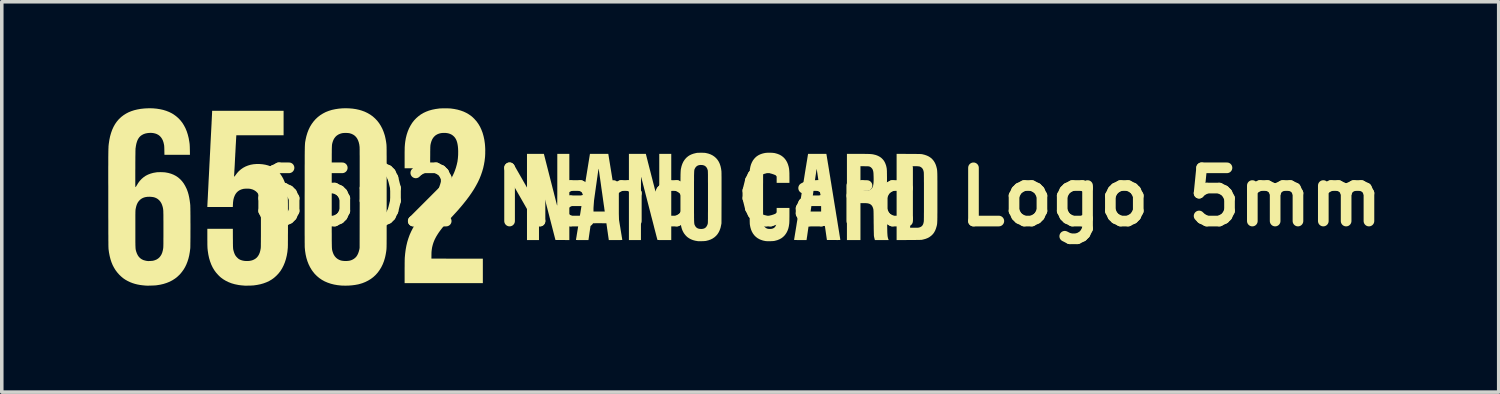
<source format=kicad_pcb>
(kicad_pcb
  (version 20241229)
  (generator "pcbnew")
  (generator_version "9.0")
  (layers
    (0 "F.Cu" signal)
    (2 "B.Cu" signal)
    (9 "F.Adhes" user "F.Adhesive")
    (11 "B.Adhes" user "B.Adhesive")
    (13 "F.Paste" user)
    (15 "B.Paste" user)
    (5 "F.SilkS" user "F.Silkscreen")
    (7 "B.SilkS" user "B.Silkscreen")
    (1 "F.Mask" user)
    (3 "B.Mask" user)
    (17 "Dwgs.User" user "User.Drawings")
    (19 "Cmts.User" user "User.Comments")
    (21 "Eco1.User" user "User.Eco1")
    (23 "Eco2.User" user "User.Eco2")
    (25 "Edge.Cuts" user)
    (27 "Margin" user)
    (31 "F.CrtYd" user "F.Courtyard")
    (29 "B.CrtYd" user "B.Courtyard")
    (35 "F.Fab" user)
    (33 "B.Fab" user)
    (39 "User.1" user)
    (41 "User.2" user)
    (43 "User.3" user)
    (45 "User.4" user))
  (footprint "6502 Nano Card Logo 5mm"
    (layer "F.Cu")
    (at 19.987 2.5)
    (property "Reference" "6502 Nano Card Logo 5mm" (at 0 0 0) (layer "F.SilkS") (effects (font (size 1.5 1.5) (thickness 0.3))))
    (attr board_only exclude_from_pos_files exclude_from_bom)
    (fp_poly (pts (xy -7.539 -0.536) (xy -7.52 -0.461) (xy -7.501 -0.388) (xy -7.483 -0.317) (xy -7.466 -0.249) (xy -7.449 -0.184) (xy -7.433 -0.123) (xy -7.419 -0.065) (xy -7.405 -0.012) (xy -7.393 0.036) (xy -7.382 0.078) (xy -7.373 0.115) (xy -7.365 0.145) (xy -7.359 0.168) (xy -7.355 0.184) (xy -7.353 0.191) (xy -7.348 0.211) (xy -7.344 0.226) (xy -7.34 0.237) (xy -7.337 0.241) (xy -7.337 0.241) (xy -7.337 0.237) (xy -7.336 0.225) (xy -7.336 0.205) (xy -7.336 0.178) (xy -7.335 0.143) (xy -7.335 0.103) (xy -7.335 0.056) (xy -7.335 0.003) (xy -7.334 -0.054) (xy -7.334 -0.117) (xy -7.334 -0.185) (xy -7.334 -0.256) (xy -7.334 -0.332) (xy -7.334 -0.411) (xy -7.334 -0.487) (xy -7.334 -1.214) (xy -7.164 -1.214) (xy -6.995 -1.214) (xy -6.995 0.000042) (xy -6.995 1.214) (xy -7.19 1.213) (xy -7.386 1.212) (xy -7.614 0.327) (xy -7.636 0.242) (xy -7.657 0.16) (xy -7.678 0.08) (xy -7.698 0.003) (xy -7.717 -0.07) (xy -7.735 -0.14) (xy -7.752 -0.206) (xy -7.769 -0.267) (xy -7.783 -0.324) (xy -7.797 -0.375) (xy -7.809 -0.421) (xy -7.819 -0.461) (xy -7.828 -0.494) (xy -7.836 -0.521) (xy -7.841 -0.541) (xy -7.845 -0.554) (xy -7.846 -0.558) (xy -7.846 -0.558) (xy -7.847 -0.554) (xy -7.847 -0.542) (xy -7.847 -0.522) (xy -7.848 -0.495) (xy -7.848 -0.461) (xy -7.848 -0.42) (xy -7.848 -0.374) (xy -7.849 -0.321) (xy -7.849 -0.263) (xy -7.849 -0.201) (xy -7.849 -0.133) (xy -7.849 -0.062) (xy -7.849 0.013) (xy -7.85 0.092) (xy -7.85 0.173) (xy -7.85 0.257) (xy -7.85 0.328) (xy -7.85 1.214) (xy -8.019 1.214) (xy -8.188 1.214) (xy -8.188 0) (xy -8.188 -1.214) (xy -7.95 -1.214) (xy -7.712 -1.214)) (stroke (width 0) (type solid)) (fill yes) (layer "F.SilkS"))
    (fp_poly (pts (xy -4.834 -1.194) (xy -4.825 -1.16) (xy -4.815 -1.12) (xy -4.804 -1.075) (xy -4.791 -1.026) (xy -4.778 -0.972) (xy -4.763 -0.915) (xy -4.748 -0.855) (xy -4.732 -0.793) (xy -4.715 -0.728) (xy -4.698 -0.662) (xy -4.681 -0.594) (xy -4.663 -0.526) (xy -4.646 -0.458) (xy -4.629 -0.391) (xy -4.611 -0.324) (xy -4.595 -0.259) (xy -4.578 -0.195) (xy -4.562 -0.134) (xy -4.547 -0.076) (xy -4.533 -0.021) (xy -4.52 0.03) (xy -4.508 0.076) (xy -4.497 0.118) (xy -4.488 0.155) (xy -4.48 0.185) (xy -4.473 0.209) (xy -4.469 0.226) (xy -4.466 0.236) (xy -4.465 0.239) (xy -4.465 0.235) (xy -4.464 0.223) (xy -4.464 0.203) (xy -4.463 0.175) (xy -4.463 0.14) (xy -4.462 0.096) (xy -4.462 0.046) (xy -4.462 -0.012) (xy -4.462 -0.077) (xy -4.461 -0.149) (xy -4.461 -0.227) (xy -4.461 -0.312) (xy -4.461 -0.403) (xy -4.461 -0.486) (xy -4.461 -1.214) (xy -4.292 -1.214) (xy -4.123 -1.214) (xy -4.123 0) (xy -4.123 1.214) (xy -4.317 1.214) (xy -4.363 1.214) (xy -4.401 1.214) (xy -4.432 1.214) (xy -4.456 1.214) (xy -4.475 1.213) (xy -4.49 1.213) (xy -4.5 1.212) (xy -4.506 1.211) (xy -4.511 1.21) (xy -4.513 1.208) (xy -4.514 1.207) (xy -4.515 1.202) (xy -4.518 1.189) (xy -4.523 1.17) (xy -4.53 1.143) (xy -4.539 1.11) (xy -4.549 1.071) (xy -4.56 1.027) (xy -4.573 0.978) (xy -4.587 0.925) (xy -4.602 0.867) (xy -4.617 0.806) (xy -4.634 0.741) (xy -4.651 0.674) (xy -4.669 0.605) (xy -4.688 0.534) (xy -4.706 0.461) (xy -4.725 0.388) (xy -4.744 0.315) (xy -4.763 0.241) (xy -4.782 0.168) (xy -4.801 0.096) (xy -4.819 0.025) (xy -4.837 -0.043) (xy -4.854 -0.11) (xy -4.87 -0.173) (xy -4.886 -0.233) (xy -4.9 -0.29) (xy -4.914 -0.342) (xy -4.926 -0.39) (xy -4.937 -0.433) (xy -4.947 -0.47) (xy -4.955 -0.501) (xy -4.961 -0.526) (xy -4.965 -0.544) (xy -4.968 -0.554) (xy -4.969 -0.557) (xy -4.972 -0.558) (xy -4.973 -0.558) (xy -4.974 -0.554) (xy -4.974 -0.542) (xy -4.975 -0.52) (xy -4.975 -0.491) (xy -4.975 -0.453) (xy -4.976 -0.407) (xy -4.976 -0.352) (xy -4.976 -0.289) (xy -4.977 -0.218) (xy -4.977 -0.138) (xy -4.977 -0.05) (xy -4.977 0.046) (xy -4.977 0.15) (xy -4.977 0.263) (xy -4.977 0.328) (xy -4.977 1.214) (xy -5.146 1.214) (xy -5.316 1.214) (xy -5.316 0) (xy -5.316 -1.214) (xy -5.077 -1.214) (xy -4.839 -1.214)) (stroke (width 0) (type solid)) (fill yes) (layer "F.SilkS"))
    (fp_poly (pts (xy 2.571 -1.213) (xy 2.634 -1.213) (xy 2.69 -1.212) (xy 2.738 -1.212) (xy 2.779 -1.212) (xy 2.814 -1.211) (xy 2.844 -1.211) (xy 2.869 -1.21) (xy 2.889 -1.21) (xy 2.906 -1.209) (xy 2.92 -1.208) (xy 2.931 -1.207) (xy 2.94 -1.206) (xy 2.948 -1.205) (xy 2.951 -1.204) (xy 3.02 -1.187) (xy 3.082 -1.165) (xy 3.138 -1.138) (xy 3.187 -1.105) (xy 3.231 -1.066) (xy 3.268 -1.022) (xy 3.3 -0.972) (xy 3.327 -0.915) (xy 3.348 -0.852) (xy 3.354 -0.826) (xy 3.357 -0.815) (xy 3.36 -0.804) (xy 3.362 -0.794) (xy 3.364 -0.783) (xy 3.366 -0.773) (xy 3.367 -0.761) (xy 3.369 -0.748) (xy 3.37 -0.733) (xy 3.371 -0.716) (xy 3.372 -0.696) (xy 3.373 -0.673) (xy 3.374 -0.647) (xy 3.374 -0.617) (xy 3.375 -0.583) (xy 3.375 -0.544) (xy 3.375 -0.5) (xy 3.376 -0.45) (xy 3.376 -0.395) (xy 3.376 -0.333) (xy 3.376 -0.264) (xy 3.376 -0.189) (xy 3.376 -0.105) (xy 3.376 -0.014) (xy 3.376 0) (xy 3.376 0.092) (xy 3.376 0.177) (xy 3.376 0.254) (xy 3.376 0.323) (xy 3.376 0.386) (xy 3.376 0.442) (xy 3.375 0.493) (xy 3.375 0.538) (xy 3.375 0.577) (xy 3.374 0.612) (xy 3.374 0.643) (xy 3.373 0.669) (xy 3.372 0.693) (xy 3.371 0.713) (xy 3.37 0.73) (xy 3.369 0.746) (xy 3.368 0.759) (xy 3.366 0.771) (xy 3.364 0.782) (xy 3.362 0.792) (xy 3.36 0.803) (xy 3.358 0.813) (xy 3.355 0.824) (xy 3.354 0.826) (xy 3.335 0.891) (xy 3.311 0.951) (xy 3.281 1.004) (xy 3.246 1.05) (xy 3.204 1.091) (xy 3.157 1.126) (xy 3.104 1.156) (xy 3.044 1.18) (xy 2.977 1.198) (xy 2.951 1.204) (xy 2.943 1.206) (xy 2.935 1.207) (xy 2.925 1.208) (xy 2.912 1.209) (xy 2.897 1.209) (xy 2.878 1.21) (xy 2.855 1.211) (xy 2.828 1.211) (xy 2.795 1.211) (xy 2.756 1.212) (xy 2.711 1.212) (xy 2.659 1.213) (xy 2.6 1.213) (xy 2.571 1.213) (xy 2.227 1.215) (xy 2.227 0) (xy 2.608 0) (xy 2.608 0.867) (xy 2.723 0.867) (xy 2.759 0.867) (xy 2.787 0.867) (xy 2.81 0.866) (xy 2.827 0.866) (xy 2.841 0.864) (xy 2.852 0.863) (xy 2.862 0.861) (xy 2.867 0.859) (xy 2.901 0.846) (xy 2.93 0.828) (xy 2.953 0.804) (xy 2.971 0.774) (xy 2.984 0.737) (xy 2.992 0.693) (xy 2.993 0.689) (xy 2.994 0.68) (xy 2.994 0.663) (xy 2.995 0.638) (xy 2.995 0.607) (xy 2.996 0.57) (xy 2.996 0.528) (xy 2.996 0.48) (xy 2.997 0.428) (xy 2.997 0.372) (xy 2.997 0.313) (xy 2.997 0.25) (xy 2.997 0.186) (xy 2.997 0.12) (xy 2.997 0.054) (xy 2.997 -0.014) (xy 2.997 -0.081) (xy 2.997 -0.148) (xy 2.997 -0.213) (xy 2.997 -0.276) (xy 2.997 -0.338) (xy 2.997 -0.396) (xy 2.996 -0.45) (xy 2.996 -0.501) (xy 2.996 -0.547) (xy 2.995 -0.588) (xy 2.995 -0.623) (xy 2.994 -0.651) (xy 2.994 -0.673) (xy 2.993 -0.687) (xy 2.993 -0.692) (xy 2.985 -0.733) (xy 2.974 -0.767) (xy 2.959 -0.795) (xy 2.94 -0.818) (xy 2.918 -0.836) (xy 2.905 -0.844) (xy 2.892 -0.851) (xy 2.879 -0.857) (xy 2.863 -0.861) (xy 2.845 -0.863) (xy 2.822 -0.865) (xy 2.794 -0.867) (xy 2.76 -0.867) (xy 2.723 -0.867) (xy 2.608 -0.867) (xy 2.608 0) (xy 2.227 0) (xy 2.227 -1.215)) (stroke (width 0) (type solid)) (fill yes) (layer "F.SilkS"))
    (fp_poly (pts (xy -5.701 -0.007) (xy -5.685 0.093) (xy -5.669 0.19) (xy -5.653 0.286) (xy -5.638 0.378) (xy -5.624 0.467) (xy -5.61 0.553) (xy -5.596 0.635) (xy -5.584 0.713) (xy -5.572 0.787) (xy -5.56 0.856) (xy -5.55 0.919) (xy -5.54 0.978) (xy -5.532 1.03) (xy -5.524 1.076) (xy -5.518 1.116) (xy -5.512 1.149) (xy -5.508 1.175) (xy -5.505 1.193) (xy -5.503 1.204) (xy -5.503 1.207) (xy -5.503 1.209) (xy -5.504 1.21) (xy -5.507 1.211) (xy -5.514 1.212) (xy -5.523 1.213) (xy -5.537 1.213) (xy -5.556 1.214) (xy -5.58 1.214) (xy -5.611 1.214) (xy -5.649 1.214) (xy -5.691 1.214) (xy -5.882 1.214) (xy -5.885 1.2) (xy -5.886 1.194) (xy -5.887 1.181) (xy -5.89 1.161) (xy -5.894 1.136) (xy -5.898 1.107) (xy -5.903 1.074) (xy -5.908 1.038) (xy -5.913 1.001) (xy -5.919 0.963) (xy -5.924 0.925) (xy -5.93 0.888) (xy -5.934 0.854) (xy -5.939 0.822) (xy -5.943 0.794) (xy -5.946 0.772) (xy -5.948 0.755) (xy -5.95 0.744) (xy -5.95 0.742) (xy -5.954 0.741) (xy -5.966 0.741) (xy -5.985 0.741) (xy -6.009 0.741) (xy -6.04 0.741) (xy -6.074 0.74) (xy -6.112 0.74) (xy -6.154 0.74) (xy -6.168 0.74) (xy -6.216 0.74) (xy -6.257 0.74) (xy -6.291 0.741) (xy -6.318 0.741) (xy -6.34 0.741) (xy -6.356 0.742) (xy -6.368 0.742) (xy -6.377 0.743) (xy -6.382 0.744) (xy -6.386 0.745) (xy -6.387 0.747) (xy -6.387 0.748) (xy -6.388 0.753) (xy -6.391 0.766) (xy -6.394 0.786) (xy -6.397 0.812) (xy -6.402 0.843) (xy -6.407 0.879) (xy -6.413 0.918) (xy -6.419 0.96) (xy -6.423 0.985) (xy -6.456 1.214) (xy -6.633 1.214) (xy -6.676 1.214) (xy -6.712 1.214) (xy -6.741 1.214) (xy -6.763 1.214) (xy -6.78 1.213) (xy -6.792 1.213) (xy -6.8 1.212) (xy -6.805 1.211) (xy -6.808 1.209) (xy -6.808 1.208) (xy -6.808 1.207) (xy -6.807 1.202) (xy -6.805 1.189) (xy -6.802 1.169) (xy -6.797 1.141) (xy -6.791 1.106) (xy -6.785 1.065) (xy -6.777 1.017) (xy -6.768 0.963) (xy -6.758 0.903) (xy -6.748 0.838) (xy -6.736 0.768) (xy -6.724 0.694) (xy -6.711 0.614) (xy -6.698 0.531) (xy -6.683 0.444) (xy -6.678 0.41) (xy -6.339 0.41) (xy -6.168 0.41) (xy -5.996 0.41) (xy -5.999 0.397) (xy -6 0.391) (xy -6.002 0.377) (xy -6.005 0.356) (xy -6.009 0.328) (xy -6.013 0.294) (xy -6.019 0.253) (xy -6.026 0.208) (xy -6.033 0.157) (xy -6.041 0.102) (xy -6.049 0.043) (xy -6.058 -0.02) (xy -6.067 -0.086) (xy -6.077 -0.154) (xy -6.084 -0.203) (xy -6.094 -0.272) (xy -6.103 -0.339) (xy -6.112 -0.404) (xy -6.121 -0.465) (xy -6.129 -0.522) (xy -6.137 -0.575) (xy -6.144 -0.623) (xy -6.15 -0.667) (xy -6.155 -0.704) (xy -6.16 -0.736) (xy -6.164 -0.76) (xy -6.166 -0.778) (xy -6.168 -0.788) (xy -6.168 -0.791) (xy -6.172 -0.79) (xy -6.173 -0.79) (xy -6.174 -0.785) (xy -6.176 -0.773) (xy -6.179 -0.754) (xy -6.183 -0.728) (xy -6.187 -0.696) (xy -6.193 -0.658) (xy -6.199 -0.615) (xy -6.205 -0.568) (xy -6.213 -0.518) (xy -6.22 -0.464) (xy -6.228 -0.407) (xy -6.236 -0.349) (xy -6.245 -0.289) (xy -6.253 -0.228) (xy -6.262 -0.167) (xy -6.27 -0.106) (xy -6.279 -0.045) (xy -6.287 0.013) (xy -6.295 0.07) (xy -6.302 0.124) (xy -6.309 0.175) (xy -6.316 0.222) (xy -6.322 0.265) (xy -6.327 0.304) (xy -6.331 0.336) (xy -6.335 0.363) (xy -6.337 0.383) (xy -6.339 0.396) (xy -6.339 0.401) (xy -6.339 0.41) (xy -6.678 0.41) (xy -6.669 0.354) (xy -6.654 0.261) (xy -6.638 0.165) (xy -6.622 0.067) (xy -6.61 -0.007) (xy -6.414 -1.214) (xy -6.155 -1.214) (xy -5.897 -1.214)) (stroke (width 0) (type solid)) (fill yes) (layer "F.SilkS"))
    (fp_poly (pts (xy 0.249 -1.205) (xy 0.25 -1.199) (xy 0.253 -1.186) (xy 0.256 -1.165) (xy 0.261 -1.137) (xy 0.266 -1.102) (xy 0.273 -1.062) (xy 0.281 -1.015) (xy 0.289 -0.962) (xy 0.299 -0.905) (xy 0.309 -0.843) (xy 0.32 -0.777) (xy 0.331 -0.706) (xy 0.343 -0.633) (xy 0.356 -0.556) (xy 0.368 -0.476) (xy 0.382 -0.395) (xy 0.395 -0.311) (xy 0.409 -0.226) (xy 0.423 -0.14) (xy 0.437 -0.053) (xy 0.451 0.034) (xy 0.465 0.121) (xy 0.479 0.207) (xy 0.493 0.292) (xy 0.507 0.376) (xy 0.52 0.459) (xy 0.533 0.539) (xy 0.546 0.616) (xy 0.558 0.691) (xy 0.569 0.762) (xy 0.58 0.829) (xy 0.59 0.892) (xy 0.6 0.951) (xy 0.609 1.005) (xy 0.616 1.053) (xy 0.623 1.095) (xy 0.629 1.132) (xy 0.634 1.161) (xy 0.637 1.184) (xy 0.64 1.199) (xy 0.641 1.206) (xy 0.641 1.207) (xy 0.64 1.209) (xy 0.638 1.21) (xy 0.634 1.211) (xy 0.627 1.212) (xy 0.616 1.213) (xy 0.601 1.213) (xy 0.581 1.213) (xy 0.555 1.214) (xy 0.522 1.213) (xy 0.482 1.213) (xy 0.452 1.213) (xy 0.263 1.212) (xy 0.229 0.976) (xy 0.195 0.74) (xy -0.024 0.74) (xy -0.242 0.74) (xy -0.275 0.968) (xy -0.281 1.011) (xy -0.287 1.052) (xy -0.292 1.089) (xy -0.297 1.123) (xy -0.302 1.152) (xy -0.305 1.175) (xy -0.308 1.193) (xy -0.309 1.203) (xy -0.31 1.205) (xy -0.312 1.214) (xy -0.487 1.214) (xy -0.528 1.214) (xy -0.565 1.214) (xy -0.597 1.213) (xy -0.623 1.213) (xy -0.643 1.212) (xy -0.656 1.211) (xy -0.662 1.21) (xy -0.662 1.21) (xy -0.661 1.205) (xy -0.66 1.193) (xy -0.657 1.175) (xy -0.653 1.152) (xy -0.649 1.125) (xy -0.645 1.103) (xy -0.643 1.09) (xy -0.64 1.069) (xy -0.635 1.04) (xy -0.629 1.004) (xy -0.622 0.961) (xy -0.614 0.912) (xy -0.605 0.857) (xy -0.595 0.796) (xy -0.585 0.73) (xy -0.573 0.66) (xy -0.561 0.584) (xy -0.548 0.505) (xy -0.534 0.422) (xy -0.533 0.41) (xy -0.198 0.41) (xy -0.026 0.41) (xy 0.146 0.41) (xy 0.146 0.399) (xy 0.145 0.392) (xy 0.143 0.377) (xy 0.141 0.356) (xy 0.137 0.327) (xy 0.132 0.294) (xy 0.127 0.254) (xy 0.121 0.21) (xy 0.114 0.162) (xy 0.107 0.11) (xy 0.099 0.056) (xy 0.091 -0.001) (xy 0.082 -0.06) (xy 0.074 -0.121) (xy 0.065 -0.182) (xy 0.056 -0.243) (xy 0.047 -0.303) (xy 0.039 -0.363) (xy 0.03 -0.421) (xy 0.022 -0.477) (xy 0.014 -0.53) (xy 0.007 -0.58) (xy 0.000108 -0.626) (xy -0.006 -0.667) (xy -0.012 -0.704) (xy -0.016 -0.734) (xy -0.02 -0.759) (xy -0.023 -0.777) (xy -0.025 -0.787) (xy -0.026 -0.79) (xy -0.027 -0.786) (xy -0.029 -0.774) (xy -0.032 -0.754) (xy -0.037 -0.726) (xy -0.042 -0.69) (xy -0.048 -0.647) (xy -0.056 -0.597) (xy -0.064 -0.54) (xy -0.073 -0.477) (xy -0.083 -0.407) (xy -0.094 -0.33) (xy -0.105 -0.247) (xy -0.112 -0.2) (xy -0.121 -0.13) (xy -0.131 -0.062) (xy -0.14 0.003) (xy -0.148 0.064) (xy -0.156 0.122) (xy -0.164 0.176) (xy -0.171 0.226) (xy -0.177 0.27) (xy -0.182 0.309) (xy -0.187 0.341) (xy -0.191 0.367) (xy -0.193 0.386) (xy -0.195 0.397) (xy -0.195 0.401) (xy -0.198 0.41) (xy -0.533 0.41) (xy -0.52 0.336) (xy -0.506 0.247) (xy -0.491 0.156) (xy -0.476 0.062) (xy -0.46 -0.033) (xy -0.453 -0.08) (xy -0.437 -0.175) (xy -0.422 -0.268) (xy -0.408 -0.358) (xy -0.393 -0.446) (xy -0.379 -0.53) (xy -0.366 -0.612) (xy -0.354 -0.689) (xy -0.342 -0.762) (xy -0.331 -0.831) (xy -0.32 -0.894) (xy -0.311 -0.953) (xy -0.302 -1.005) (xy -0.294 -1.052) (xy -0.288 -1.093) (xy -0.282 -1.127) (xy -0.278 -1.153) (xy -0.275 -1.173) (xy -0.273 -1.185) (xy -0.272 -1.188) (xy -0.268 -1.214) (xy -0.01 -1.214) (xy 0.247 -1.214)) (stroke (width 0) (type solid)) (fill yes) (layer "F.SilkS"))
    (fp_poly (pts (xy 1.204 -1.214) (xy 1.261 -1.214) (xy 1.311 -1.214) (xy 1.354 -1.213) (xy 1.392 -1.213) (xy 1.424 -1.212) (xy 1.452 -1.211) (xy 1.477 -1.21) (xy 1.498 -1.209) (xy 1.517 -1.207) (xy 1.534 -1.205) (xy 1.55 -1.203) (xy 1.565 -1.2) (xy 1.581 -1.197) (xy 1.645 -1.181) (xy 1.703 -1.158) (xy 1.755 -1.13) (xy 1.801 -1.096) (xy 1.841 -1.056) (xy 1.875 -1.011) (xy 1.903 -0.959) (xy 1.925 -0.901) (xy 1.934 -0.871) (xy 1.938 -0.853) (xy 1.942 -0.836) (xy 1.945 -0.819) (xy 1.948 -0.803) (xy 1.95 -0.786) (xy 1.951 -0.766) (xy 1.953 -0.743) (xy 1.954 -0.716) (xy 1.954 -0.683) (xy 1.955 -0.643) (xy 1.955 -0.606) (xy 1.956 -0.561) (xy 1.956 -0.523) (xy 1.956 -0.492) (xy 1.956 -0.466) (xy 1.955 -0.445) (xy 1.955 -0.427) (xy 1.954 -0.411) (xy 1.952 -0.397) (xy 1.95 -0.384) (xy 1.942 -0.337) (xy 1.933 -0.295) (xy 1.921 -0.258) (xy 1.911 -0.233) (xy 1.886 -0.182) (xy 1.857 -0.138) (xy 1.822 -0.101) (xy 1.781 -0.068) (xy 1.742 -0.044) (xy 1.727 -0.036) (xy 1.716 -0.029) (xy 1.71 -0.025) (xy 1.709 -0.024) (xy 1.713 -0.021) (xy 1.722 -0.016) (xy 1.736 -0.011) (xy 1.774 0.006) (xy 1.809 0.029) (xy 1.84 0.057) (xy 1.867 0.088) (xy 1.89 0.123) (xy 1.91 0.164) (xy 1.926 0.209) (xy 1.939 0.262) (xy 1.95 0.321) (xy 1.954 0.356) (xy 1.956 0.37) (xy 1.957 0.387) (xy 1.958 0.405) (xy 1.959 0.427) (xy 1.959 0.453) (xy 1.96 0.483) (xy 1.96 0.519) (xy 1.961 0.561) (xy 1.961 0.61) (xy 1.961 0.666) (xy 1.961 0.68) (xy 1.961 0.752) (xy 1.961 0.816) (xy 1.962 0.873) (xy 1.963 0.923) (xy 1.964 0.967) (xy 1.965 1.005) (xy 1.967 1.039) (xy 1.969 1.068) (xy 1.971 1.094) (xy 1.974 1.116) (xy 1.978 1.135) (xy 1.982 1.153) (xy 1.986 1.169) (xy 1.992 1.185) (xy 1.993 1.187) (xy 2.003 1.214) (xy 1.809 1.214) (xy 1.615 1.214) (xy 1.611 1.198) (xy 1.6 1.158) (xy 1.592 1.122) (xy 1.588 1.096) (xy 1.587 1.085) (xy 1.586 1.067) (xy 1.586 1.041) (xy 1.585 1.009) (xy 1.584 0.971) (xy 1.583 0.927) (xy 1.582 0.879) (xy 1.582 0.826) (xy 1.581 0.769) (xy 1.58 0.713) (xy 1.58 0.65) (xy 1.579 0.596) (xy 1.579 0.549) (xy 1.578 0.508) (xy 1.578 0.474) (xy 1.577 0.445) (xy 1.577 0.42) (xy 1.576 0.401) (xy 1.575 0.384) (xy 1.574 0.371) (xy 1.574 0.361) (xy 1.572 0.352) (xy 1.571 0.345) (xy 1.57 0.338) (xy 1.568 0.332) (xy 1.568 0.331) (xy 1.555 0.291) (xy 1.538 0.257) (xy 1.518 0.231) (xy 1.493 0.21) (xy 1.473 0.198) (xy 1.453 0.19) (xy 1.433 0.184) (xy 1.41 0.179) (xy 1.384 0.176) (xy 1.352 0.174) (xy 1.315 0.174) (xy 1.294 0.173) (xy 1.208 0.173) (xy 1.208 0.694) (xy 1.208 1.214) (xy 1.017 1.214) (xy 0.827 1.214) (xy 0.827 0) (xy 0.827 -0.52) (xy 1.208 -0.52) (xy 1.208 -0.172) (xy 1.31 -0.175) (xy 1.345 -0.175) (xy 1.373 -0.176) (xy 1.394 -0.177) (xy 1.411 -0.179) (xy 1.423 -0.181) (xy 1.434 -0.183) (xy 1.436 -0.184) (xy 1.465 -0.194) (xy 1.488 -0.207) (xy 1.509 -0.223) (xy 1.511 -0.226) (xy 1.527 -0.242) (xy 1.541 -0.26) (xy 1.552 -0.281) (xy 1.561 -0.306) (xy 1.568 -0.334) (xy 1.573 -0.367) (xy 1.577 -0.406) (xy 1.579 -0.451) (xy 1.58 -0.502) (xy 1.579 -0.561) (xy 1.579 -0.571) (xy 1.577 -0.614) (xy 1.576 -0.649) (xy 1.574 -0.678) (xy 1.571 -0.703) (xy 1.567 -0.725) (xy 1.562 -0.744) (xy 1.556 -0.763) (xy 1.554 -0.768) (xy 1.541 -0.793) (xy 1.522 -0.816) (xy 1.5 -0.837) (xy 1.475 -0.852) (xy 1.468 -0.855) (xy 1.46 -0.858) (xy 1.452 -0.86) (xy 1.444 -0.862) (xy 1.434 -0.863) (xy 1.42 -0.864) (xy 1.402 -0.865) (xy 1.379 -0.866) (xy 1.349 -0.866) (xy 1.325 -0.866) (xy 1.208 -0.868) (xy 1.208 -0.52) (xy 0.827 -0.52) (xy 0.827 -1.214) (xy 1.14 -1.214)) (stroke (width 0) (type solid)) (fill yes) (layer "F.SilkS"))
    (fp_poly (pts (xy -10.458 -2.497) (xy -10.42 -2.497) (xy -10.386 -2.496) (xy -10.357 -2.494) (xy -10.337 -2.493) (xy -10.237 -2.479) (xy -10.143 -2.46) (xy -10.056 -2.435) (xy -9.973 -2.405) (xy -9.897 -2.369) (xy -9.825 -2.327) (xy -9.758 -2.279) (xy -9.747 -2.271) (xy -9.731 -2.257) (xy -9.712 -2.24) (xy -9.692 -2.22) (xy -9.672 -2.201) (xy -9.667 -2.195) (xy -9.609 -2.13) (xy -9.558 -2.058) (xy -9.512 -1.981) (xy -9.473 -1.897) (xy -9.439 -1.808) (xy -9.412 -1.713) (xy -9.39 -1.612) (xy -9.375 -1.505) (xy -9.369 -1.439) (xy -9.367 -1.403) (xy -9.365 -1.361) (xy -9.364 -1.315) (xy -9.365 -1.268) (xy -9.365 -1.221) (xy -9.367 -1.177) (xy -9.369 -1.138) (xy -9.371 -1.115) (xy -9.383 -1.012) (xy -9.401 -0.91) (xy -9.423 -0.811) (xy -9.452 -0.712) (xy -9.486 -0.614) (xy -9.525 -0.516) (xy -9.571 -0.418) (xy -9.624 -0.319) (xy -9.682 -0.219) (xy -9.748 -0.118) (xy -9.82 -0.014) (xy -9.9 0.092) (xy -9.987 0.201) (xy -10.02 0.241) (xy -10.053 0.28) (xy -10.085 0.317) (xy -10.117 0.355) (xy -10.151 0.393) (xy -10.187 0.433) (xy -10.227 0.476) (xy -10.271 0.524) (xy -10.295 0.55) (xy -10.366 0.628) (xy -10.431 0.7) (xy -10.489 0.767) (xy -10.543 0.831) (xy -10.591 0.891) (xy -10.634 0.947) (xy -10.673 1.001) (xy -10.707 1.053) (xy -10.738 1.103) (xy -10.764 1.151) (xy -10.788 1.198) (xy -10.808 1.245) (xy -10.826 1.292) (xy -10.841 1.34) (xy -10.851 1.377) (xy -10.862 1.423) (xy -10.869 1.468) (xy -10.875 1.515) (xy -10.879 1.565) (xy -10.88 1.622) (xy -10.88 1.637) (xy -10.881 1.737) (xy -10.156 1.738) (xy -9.432 1.739) (xy -9.432 2.084) (xy -9.432 2.428) (xy -10.534 2.428) (xy -11.636 2.428) (xy -11.636 2.104) (xy -11.636 2.05) (xy -11.636 1.998) (xy -11.635 1.947) (xy -11.635 1.9) (xy -11.635 1.856) (xy -11.634 1.816) (xy -11.634 1.781) (xy -11.633 1.753) (xy -11.632 1.731) (xy -11.632 1.718) (xy -11.621 1.596) (xy -11.606 1.481) (xy -11.586 1.372) (xy -11.561 1.267) (xy -11.53 1.166) (xy -11.494 1.067) (xy -11.451 0.971) (xy -11.402 0.875) (xy -11.346 0.78) (xy -11.283 0.683) (xy -11.215 0.588) (xy -11.182 0.544) (xy -11.148 0.501) (xy -11.113 0.457) (xy -11.076 0.413) (xy -11.037 0.367) (xy -10.993 0.318) (xy -10.946 0.265) (xy -10.893 0.208) (xy -10.881 0.195) (xy -10.798 0.104) (xy -10.721 0.018) (xy -10.651 -0.064) (xy -10.586 -0.142) (xy -10.527 -0.216) (xy -10.474 -0.288) (xy -10.425 -0.357) (xy -10.381 -0.424) (xy -10.341 -0.489) (xy -10.305 -0.553) (xy -10.273 -0.616) (xy -10.244 -0.679) (xy -10.219 -0.742) (xy -10.197 -0.805) (xy -10.192 -0.819) (xy -10.167 -0.909) (xy -10.147 -0.998) (xy -10.135 -1.089) (xy -10.128 -1.184) (xy -10.127 -1.283) (xy -10.127 -1.294) (xy -10.13 -1.367) (xy -10.136 -1.432) (xy -10.145 -1.489) (xy -10.157 -1.541) (xy -10.172 -1.587) (xy -10.19 -1.627) (xy -10.212 -1.663) (xy -10.237 -1.695) (xy -10.24 -1.698) (xy -10.277 -1.732) (xy -10.317 -1.759) (xy -10.363 -1.78) (xy -10.413 -1.795) (xy -10.469 -1.803) (xy -10.494 -1.805) (xy -10.555 -1.805) (xy -10.612 -1.799) (xy -10.665 -1.786) (xy -10.713 -1.767) (xy -10.756 -1.742) (xy -10.775 -1.727) (xy -10.809 -1.695) (xy -10.837 -1.659) (xy -10.862 -1.616) (xy -10.882 -1.567) (xy -10.898 -1.512) (xy -10.905 -1.48) (xy -10.907 -1.471) (xy -10.908 -1.462) (xy -10.909 -1.453) (xy -10.911 -1.443) (xy -10.911 -1.43) (xy -10.912 -1.415) (xy -10.913 -1.397) (xy -10.913 -1.375) (xy -10.914 -1.348) (xy -10.914 -1.316) (xy -10.915 -1.278) (xy -10.915 -1.233) (xy -10.915 -1.182) (xy -10.916 -1.122) (xy -10.916 -1.122) (xy -10.917 -0.808) (xy -11.277 -0.808) (xy -11.636 -0.808) (xy -11.636 -1.095) (xy -11.636 -1.159) (xy -11.636 -1.215) (xy -11.636 -1.264) (xy -11.635 -1.307) (xy -11.634 -1.345) (xy -11.634 -1.378) (xy -11.633 -1.408) (xy -11.631 -1.435) (xy -11.629 -1.46) (xy -11.627 -1.483) (xy -11.625 -1.506) (xy -11.622 -1.53) (xy -11.619 -1.555) (xy -11.602 -1.657) (xy -11.578 -1.754) (xy -11.548 -1.845) (xy -11.512 -1.932) (xy -11.47 -2.012) (xy -11.423 -2.088) (xy -11.369 -2.157) (xy -11.309 -2.22) (xy -11.244 -2.277) (xy -11.179 -2.325) (xy -11.108 -2.367) (xy -11.031 -2.403) (xy -10.949 -2.434) (xy -10.86 -2.459) (xy -10.766 -2.478) (xy -10.665 -2.492) (xy -10.663 -2.493) (xy -10.64 -2.494) (xy -10.61 -2.496) (xy -10.575 -2.497) (xy -10.537 -2.497) (xy -10.498 -2.498)) (stroke (width 0) (type solid)) (fill yes) (layer "F.SilkS"))
    (fp_poly (pts (xy -1.311 -1.246) (xy -1.271 -1.244) (xy -1.235 -1.24) (xy -1.206 -1.236) (xy -1.14 -1.218) (xy -1.079 -1.195) (xy -1.024 -1.165) (xy -0.975 -1.129) (xy -0.932 -1.087) (xy -0.894 -1.038) (xy -0.862 -0.984) (xy -0.836 -0.923) (xy -0.816 -0.856) (xy -0.814 -0.85) (xy -0.809 -0.824) (xy -0.804 -0.798) (xy -0.801 -0.77) (xy -0.798 -0.739) (xy -0.796 -0.704) (xy -0.794 -0.665) (xy -0.794 -0.619) (xy -0.793 -0.566) (xy -0.793 -0.551) (xy -0.793 -0.398) (xy -0.973 -0.398) (xy -1.153 -0.398) (xy -1.153 -0.551) (xy -1.153 -0.588) (xy -1.153 -0.623) (xy -1.154 -0.655) (xy -1.155 -0.684) (xy -1.155 -0.708) (xy -1.156 -0.725) (xy -1.157 -0.734) (xy -1.166 -0.777) (xy -1.181 -0.814) (xy -1.201 -0.845) (xy -1.227 -0.869) (xy -1.258 -0.887) (xy -1.286 -0.897) (xy -1.309 -0.9) (xy -1.336 -0.902) (xy -1.365 -0.901) (xy -1.392 -0.898) (xy -1.414 -0.893) (xy -1.446 -0.88) (xy -1.473 -0.861) (xy -1.495 -0.836) (xy -1.512 -0.805) (xy -1.525 -0.766) (xy -1.529 -0.753) (xy -1.529 -0.748) (xy -1.53 -0.743) (xy -1.531 -0.736) (xy -1.532 -0.728) (xy -1.532 -0.718) (xy -1.533 -0.705) (xy -1.533 -0.689) (xy -1.534 -0.67) (xy -1.534 -0.648) (xy -1.534 -0.621) (xy -1.535 -0.59) (xy -1.535 -0.555) (xy -1.535 -0.514) (xy -1.535 -0.468) (xy -1.535 -0.416) (xy -1.536 -0.357) (xy -1.536 -0.292) (xy -1.536 -0.22) (xy -1.536 -0.14) (xy -1.536 -0.053) (xy -1.536 0.004) (xy -1.536 0.096) (xy -1.536 0.18) (xy -1.536 0.257) (xy -1.536 0.326) (xy -1.536 0.388) (xy -1.535 0.443) (xy -1.535 0.493) (xy -1.535 0.537) (xy -1.535 0.575) (xy -1.535 0.608) (xy -1.534 0.637) (xy -1.534 0.662) (xy -1.534 0.683) (xy -1.533 0.7) (xy -1.533 0.714) (xy -1.532 0.726) (xy -1.532 0.735) (xy -1.531 0.743) (xy -1.53 0.749) (xy -1.529 0.754) (xy -1.528 0.758) (xy -1.528 0.759) (xy -1.515 0.8) (xy -1.497 0.833) (xy -1.475 0.86) (xy -1.448 0.879) (xy -1.416 0.893) (xy -1.378 0.9) (xy -1.346 0.901) (xy -1.302 0.899) (xy -1.265 0.89) (xy -1.233 0.875) (xy -1.207 0.854) (xy -1.186 0.826) (xy -1.171 0.792) (xy -1.16 0.751) (xy -1.159 0.746) (xy -1.158 0.736) (xy -1.156 0.723) (xy -1.155 0.707) (xy -1.154 0.687) (xy -1.154 0.663) (xy -1.153 0.634) (xy -1.153 0.598) (xy -1.153 0.555) (xy -1.153 0.509) (xy -1.153 0.309) (xy -0.973 0.309) (xy -0.793 0.309) (xy -0.793 0.507) (xy -0.793 0.559) (xy -0.794 0.604) (xy -0.794 0.642) (xy -0.795 0.675) (xy -0.796 0.702) (xy -0.797 0.724) (xy -0.798 0.744) (xy -0.8 0.759) (xy -0.81 0.826) (xy -0.824 0.887) (xy -0.843 0.942) (xy -0.867 0.993) (xy -0.895 1.039) (xy -0.932 1.087) (xy -0.975 1.129) (xy -1.022 1.164) (xy -1.076 1.193) (xy -1.135 1.217) (xy -1.2 1.234) (xy -1.206 1.236) (xy -1.231 1.24) (xy -1.262 1.243) (xy -1.297 1.245) (xy -1.335 1.246) (xy -1.373 1.247) (xy -1.409 1.246) (xy -1.441 1.245) (xy -1.468 1.242) (xy -1.47 1.242) (xy -1.537 1.228) (xy -1.6 1.207) (xy -1.637 1.191) (xy -1.692 1.16) (xy -1.74 1.123) (xy -1.783 1.08) (xy -1.82 1.031) (xy -1.851 0.976) (xy -1.876 0.916) (xy -1.895 0.849) (xy -1.908 0.777) (xy -1.908 0.776) (xy -1.909 0.768) (xy -1.91 0.76) (xy -1.91 0.749) (xy -1.911 0.736) (xy -1.911 0.72) (xy -1.912 0.701) (xy -1.912 0.679) (xy -1.913 0.653) (xy -1.913 0.623) (xy -1.913 0.588) (xy -1.914 0.548) (xy -1.914 0.502) (xy -1.914 0.451) (xy -1.914 0.394) (xy -1.914 0.33) (xy -1.914 0.259) (xy -1.914 0.181) (xy -1.914 0.095) (xy -1.914 0.001) (xy -1.914 0) (xy -1.914 -0.094) (xy -1.914 -0.18) (xy -1.914 -0.258) (xy -1.914 -0.329) (xy -1.914 -0.393) (xy -1.914 -0.45) (xy -1.914 -0.502) (xy -1.914 -0.547) (xy -1.913 -0.587) (xy -1.913 -0.622) (xy -1.913 -0.653) (xy -1.912 -0.679) (xy -1.912 -0.701) (xy -1.911 -0.72) (xy -1.911 -0.736) (xy -1.91 -0.749) (xy -1.91 -0.76) (xy -1.909 -0.768) (xy -1.908 -0.776) (xy -1.908 -0.776) (xy -1.895 -0.848) (xy -1.876 -0.916) (xy -1.85 -0.977) (xy -1.819 -1.033) (xy -1.781 -1.082) (xy -1.737 -1.127) (xy -1.711 -1.147) (xy -1.669 -1.175) (xy -1.621 -1.199) (xy -1.567 -1.219) (xy -1.509 -1.234) (xy -1.463 -1.242) (xy -1.43 -1.245) (xy -1.393 -1.247) (xy -1.352 -1.247)) (stroke (width 0) (type solid)) (fill yes) (layer "F.SilkS"))
    (fp_poly (pts (xy -3.249 -1.246) (xy -3.219 -1.245) (xy -3.195 -1.244) (xy -3.175 -1.243) (xy -3.158 -1.24) (xy -3.145 -1.238) (xy -3.077 -1.222) (xy -3.013 -1.199) (xy -2.956 -1.17) (xy -2.905 -1.135) (xy -2.859 -1.094) (xy -2.819 -1.047) (xy -2.785 -0.994) (xy -2.757 -0.935) (xy -2.735 -0.869) (xy -2.719 -0.798) (xy -2.71 -0.73) (xy -2.709 -0.72) (xy -2.708 -0.706) (xy -2.708 -0.687) (xy -2.707 -0.663) (xy -2.707 -0.633) (xy -2.707 -0.598) (xy -2.706 -0.557) (xy -2.706 -0.509) (xy -2.706 -0.456) (xy -2.706 -0.395) (xy -2.706 -0.327) (xy -2.706 -0.252) (xy -2.706 -0.169) (xy -2.706 -0.079) (xy -2.706 0.02) (xy -2.706 0.032) (xy -2.708 0.742) (xy -2.718 0.795) (xy -2.734 0.868) (xy -2.757 0.934) (xy -2.785 0.993) (xy -2.819 1.047) (xy -2.859 1.094) (xy -2.905 1.135) (xy -2.956 1.17) (xy -3.013 1.199) (xy -3.076 1.221) (xy -3.144 1.238) (xy -3.145 1.238) (xy -3.16 1.24) (xy -3.182 1.242) (xy -3.209 1.244) (xy -3.238 1.245) (xy -3.269 1.246) (xy -3.3 1.247) (xy -3.328 1.247) (xy -3.351 1.247) (xy -3.369 1.246) (xy -3.374 1.245) (xy -3.446 1.233) (xy -3.512 1.215) (xy -3.572 1.191) (xy -3.626 1.161) (xy -3.676 1.125) (xy -3.719 1.082) (xy -3.758 1.033) (xy -3.777 1.003) (xy -3.802 0.956) (xy -3.822 0.906) (xy -3.838 0.852) (xy -3.85 0.793) (xy -3.858 0.727) (xy -3.86 0.694) (xy -3.861 0.68) (xy -3.861 0.659) (xy -3.862 0.629) (xy -3.862 0.593) (xy -3.863 0.55) (xy -3.863 0.5) (xy -3.863 0.445) (xy -3.864 0.384) (xy -3.864 0.318) (xy -3.864 0.248) (xy -3.864 0.173) (xy -3.864 0.094) (xy -3.864 0.012) (xy -3.864 0) (xy -3.864 -0.093) (xy -3.864 -0.179) (xy -3.864 -0.227) (xy -3.482 -0.227) (xy -3.482 -0.147) (xy -3.482 -0.058) (xy -3.482 0) (xy -3.482 0.093) (xy -3.482 0.179) (xy -3.482 0.256) (xy -3.482 0.327) (xy -3.482 0.39) (xy -3.482 0.447) (xy -3.481 0.498) (xy -3.481 0.543) (xy -3.481 0.583) (xy -3.48 0.618) (xy -3.48 0.648) (xy -3.479 0.674) (xy -3.478 0.697) (xy -3.477 0.716) (xy -3.476 0.732) (xy -3.474 0.745) (xy -3.473 0.756) (xy -3.471 0.766) (xy -3.469 0.774) (xy -3.467 0.781) (xy -3.464 0.787) (xy -3.461 0.793) (xy -3.458 0.799) (xy -3.454 0.806) (xy -3.452 0.811) (xy -3.435 0.839) (xy -3.413 0.862) (xy -3.386 0.88) (xy -3.376 0.885) (xy -3.347 0.895) (xy -3.313 0.9) (xy -3.277 0.902) (xy -3.242 0.899) (xy -3.209 0.892) (xy -3.199 0.889) (xy -3.169 0.873) (xy -3.143 0.85) (xy -3.122 0.82) (xy -3.104 0.784) (xy -3.096 0.757) (xy -3.095 0.753) (xy -3.094 0.749) (xy -3.093 0.743) (xy -3.092 0.736) (xy -3.092 0.728) (xy -3.091 0.717) (xy -3.091 0.703) (xy -3.09 0.686) (xy -3.09 0.666) (xy -3.09 0.643) (xy -3.089 0.615) (xy -3.089 0.583) (xy -3.089 0.545) (xy -3.089 0.503) (xy -3.089 0.455) (xy -3.088 0.4) (xy -3.088 0.34) (xy -3.088 0.272) (xy -3.088 0.197) (xy -3.088 0.115) (xy -3.088 0.025) (xy -3.088 0) (xy -3.088 -0.092) (xy -3.088 -0.177) (xy -3.088 -0.253) (xy -3.088 -0.323) (xy -3.088 -0.385) (xy -3.089 -0.441) (xy -3.089 -0.491) (xy -3.089 -0.535) (xy -3.089 -0.573) (xy -3.089 -0.607) (xy -3.089 -0.636) (xy -3.09 -0.661) (xy -3.09 -0.681) (xy -3.091 -0.699) (xy -3.091 -0.713) (xy -3.092 -0.725) (xy -3.092 -0.734) (xy -3.093 -0.742) (xy -3.094 -0.748) (xy -3.095 -0.752) (xy -3.095 -0.756) (xy -3.096 -0.757) (xy -3.11 -0.798) (xy -3.129 -0.832) (xy -3.153 -0.859) (xy -3.182 -0.88) (xy -3.215 -0.893) (xy -3.254 -0.901) (xy -3.3 -0.902) (xy -3.341 -0.897) (xy -3.377 -0.885) (xy -3.407 -0.866) (xy -3.432 -0.842) (xy -3.452 -0.811) (xy -3.452 -0.811) (xy -3.456 -0.803) (xy -3.459 -0.797) (xy -3.462 -0.791) (xy -3.465 -0.785) (xy -3.468 -0.778) (xy -3.47 -0.771) (xy -3.472 -0.762) (xy -3.474 -0.752) (xy -3.475 -0.74) (xy -3.476 -0.726) (xy -3.478 -0.709) (xy -3.478 -0.688) (xy -3.479 -0.665) (xy -3.48 -0.637) (xy -3.481 -0.605) (xy -3.481 -0.568) (xy -3.481 -0.526) (xy -3.481 -0.479) (xy -3.482 -0.426) (xy -3.482 -0.367) (xy -3.482 -0.301) (xy -3.482 -0.227) (xy -3.864 -0.227) (xy -3.864 -0.256) (xy -3.864 -0.327) (xy -3.864 -0.39) (xy -3.864 -0.447) (xy -3.863 -0.498) (xy -3.863 -0.544) (xy -3.862 -0.585) (xy -3.862 -0.62) (xy -3.861 -0.652) (xy -3.86 -0.679) (xy -3.859 -0.703) (xy -3.858 -0.724) (xy -3.857 -0.742) (xy -3.855 -0.758) (xy -3.854 -0.772) (xy -3.852 -0.785) (xy -3.85 -0.797) (xy -3.849 -0.799) (xy -3.833 -0.869) (xy -3.811 -0.933) (xy -3.784 -0.991) (xy -3.751 -1.043) (xy -3.712 -1.09) (xy -3.686 -1.116) (xy -3.644 -1.15) (xy -3.599 -1.178) (xy -3.55 -1.201) (xy -3.496 -1.22) (xy -3.435 -1.235) (xy -3.431 -1.236) (xy -3.414 -1.24) (xy -3.399 -1.242) (xy -3.383 -1.244) (xy -3.364 -1.245) (xy -3.342 -1.245) (xy -3.314 -1.246) (xy -3.285 -1.246)) (stroke (width 0) (type solid)) (fill yes) (layer "F.SilkS"))
    (fp_poly (pts (xy -15.046 -2.084) (xy -15.046 -1.739) (xy -15.712 -1.739) (xy -16.378 -1.739) (xy -16.38 -1.704) (xy -16.381 -1.695) (xy -16.382 -1.679) (xy -16.383 -1.655) (xy -16.385 -1.624) (xy -16.387 -1.587) (xy -16.389 -1.545) (xy -16.392 -1.497) (xy -16.395 -1.445) (xy -16.398 -1.389) (xy -16.401 -1.329) (xy -16.404 -1.267) (xy -16.408 -1.202) (xy -16.41 -1.155) (xy -16.414 -1.089) (xy -16.417 -1.025) (xy -16.42 -0.964) (xy -16.423 -0.905) (xy -16.426 -0.85) (xy -16.429 -0.8) (xy -16.432 -0.754) (xy -16.434 -0.713) (xy -16.436 -0.678) (xy -16.437 -0.649) (xy -16.439 -0.628) (xy -16.44 -0.613) (xy -16.44 -0.608) (xy -16.441 -0.592) (xy -16.441 -0.582) (xy -16.44 -0.577) (xy -16.436 -0.576) (xy -16.435 -0.575) (xy -16.428 -0.579) (xy -16.419 -0.59) (xy -16.407 -0.606) (xy -16.404 -0.61) (xy -16.357 -0.673) (xy -16.305 -0.73) (xy -16.248 -0.779) (xy -16.186 -0.822) (xy -16.119 -0.858) (xy -16.049 -0.886) (xy -15.974 -0.908) (xy -15.895 -0.922) (xy -15.812 -0.929) (xy -15.73 -0.929) (xy -15.643 -0.922) (xy -15.563 -0.909) (xy -15.487 -0.89) (xy -15.417 -0.865) (xy -15.35 -0.833) (xy -15.301 -0.803) (xy -15.243 -0.759) (xy -15.19 -0.708) (xy -15.141 -0.651) (xy -15.097 -0.586) (xy -15.057 -0.516) (xy -15.023 -0.438) (xy -14.993 -0.355) (xy -14.969 -0.266) (xy -14.95 -0.171) (xy -14.944 -0.136) (xy -14.941 -0.118) (xy -14.939 -0.101) (xy -14.937 -0.084) (xy -14.935 -0.067) (xy -14.933 -0.05) (xy -14.931 -0.033) (xy -14.93 -0.014) (xy -14.929 0.007) (xy -14.928 0.03) (xy -14.927 0.056) (xy -14.926 0.084) (xy -14.925 0.117) (xy -14.925 0.153) (xy -14.924 0.193) (xy -14.924 0.239) (xy -14.924 0.29) (xy -14.924 0.346) (xy -14.923 0.409) (xy -14.923 0.479) (xy -14.923 0.556) (xy -14.923 0.64) (xy -14.923 0.724) (xy -14.923 0.82) (xy -14.923 0.911) (xy -14.923 0.995) (xy -14.924 1.073) (xy -14.924 1.143) (xy -14.924 1.207) (xy -14.925 1.264) (xy -14.925 1.313) (xy -14.925 1.354) (xy -14.926 1.388) (xy -14.927 1.414) (xy -14.927 1.432) (xy -14.928 1.439) (xy -14.939 1.549) (xy -14.957 1.653) (xy -14.981 1.751) (xy -15.011 1.844) (xy -15.047 1.931) (xy -15.089 2.013) (xy -15.136 2.088) (xy -15.19 2.157) (xy -15.25 2.22) (xy -15.315 2.278) (xy -15.38 2.325) (xy -15.451 2.367) (xy -15.528 2.403) (xy -15.611 2.434) (xy -15.699 2.459) (xy -15.793 2.478) (xy -15.89 2.492) (xy -15.906 2.493) (xy -15.929 2.494) (xy -15.956 2.496) (xy -15.987 2.497) (xy -16.019 2.497) (xy -16.051 2.498) (xy -16.081 2.499) (xy -16.108 2.499) (xy -16.131 2.499) (xy -16.147 2.498) (xy -16.15 2.498) (xy -16.189 2.494) (xy -16.22 2.492) (xy -16.246 2.489) (xy -16.268 2.487) (xy -16.287 2.484) (xy -16.304 2.482) (xy -16.322 2.479) (xy -16.326 2.478) (xy -16.421 2.459) (xy -16.512 2.433) (xy -16.597 2.4) (xy -16.677 2.361) (xy -16.751 2.316) (xy -16.812 2.271) (xy -16.828 2.257) (xy -16.847 2.24) (xy -16.867 2.22) (xy -16.887 2.201) (xy -16.892 2.195) (xy -16.95 2.13) (xy -17.001 2.06) (xy -17.046 1.984) (xy -17.085 1.902) (xy -17.118 1.814) (xy -17.146 1.72) (xy -17.167 1.621) (xy -17.183 1.515) (xy -17.191 1.437) (xy -17.191 1.422) (xy -17.192 1.4) (xy -17.193 1.372) (xy -17.194 1.338) (xy -17.194 1.299) (xy -17.194 1.257) (xy -17.195 1.212) (xy -17.195 1.166) (xy -17.195 1.14) (xy -17.195 0.897) (xy -16.836 0.897) (xy -16.476 0.897) (xy -16.475 1.167) (xy -16.474 1.222) (xy -16.474 1.27) (xy -16.474 1.311) (xy -16.473 1.346) (xy -16.473 1.375) (xy -16.472 1.399) (xy -16.471 1.419) (xy -16.47 1.435) (xy -16.469 1.448) (xy -16.468 1.459) (xy -16.467 1.469) (xy -16.466 1.476) (xy -16.457 1.514) (xy -16.446 1.552) (xy -16.433 1.589) (xy -16.419 1.621) (xy -16.411 1.637) (xy -16.396 1.659) (xy -16.377 1.684) (xy -16.354 1.708) (xy -16.331 1.73) (xy -16.309 1.748) (xy -16.297 1.755) (xy -16.256 1.775) (xy -16.209 1.79) (xy -16.159 1.8) (xy -16.106 1.805) (xy -16.052 1.805) (xy -15.998 1.8) (xy -15.947 1.789) (xy -15.929 1.784) (xy -15.881 1.764) (xy -15.838 1.738) (xy -15.8 1.706) (xy -15.767 1.666) (xy -15.74 1.62) (xy -15.718 1.568) (xy -15.702 1.509) (xy -15.69 1.444) (xy -15.689 1.433) (xy -15.689 1.423) (xy -15.688 1.406) (xy -15.687 1.381) (xy -15.687 1.349) (xy -15.687 1.312) (xy -15.686 1.268) (xy -15.686 1.22) (xy -15.686 1.168) (xy -15.685 1.112) (xy -15.685 1.053) (xy -15.685 0.992) (xy -15.685 0.928) (xy -15.685 0.863) (xy -15.685 0.798) (xy -15.685 0.733) (xy -15.685 0.668) (xy -15.685 0.604) (xy -15.685 0.542) (xy -15.685 0.482) (xy -15.685 0.425) (xy -15.686 0.372) (xy -15.686 0.323) (xy -15.686 0.278) (xy -15.687 0.239) (xy -15.687 0.205) (xy -15.688 0.178) (xy -15.688 0.159) (xy -15.689 0.147) (xy -15.689 0.145) (xy -15.699 0.078) (xy -15.714 0.017) (xy -15.734 -0.037) (xy -15.76 -0.084) (xy -15.791 -0.125) (xy -15.827 -0.159) (xy -15.869 -0.187) (xy -15.916 -0.21) (xy -15.969 -0.225) (xy -15.977 -0.227) (xy -16.006 -0.232) (xy -16.041 -0.234) (xy -16.078 -0.235) (xy -16.117 -0.234) (xy -16.153 -0.231) (xy -16.184 -0.227) (xy -16.192 -0.225) (xy -16.245 -0.209) (xy -16.292 -0.187) (xy -16.333 -0.159) (xy -16.369 -0.124) (xy -16.4 -0.083) (xy -16.425 -0.035) (xy -16.446 0.019) (xy -16.461 0.079) (xy -16.47 0.147) (xy -16.474 0.21) (xy -16.477 0.283) (xy -16.836 0.283) (xy -17.195 0.283) (xy -17.195 0.268) (xy -17.195 0.262) (xy -17.194 0.248) (xy -17.193 0.227) (xy -17.192 0.198) (xy -17.19 0.162) (xy -17.188 0.118) (xy -17.185 0.069) (xy -17.182 0.013) (xy -17.179 -0.049) (xy -17.176 -0.117) (xy -17.172 -0.189) (xy -17.168 -0.267) (xy -17.164 -0.35) (xy -17.16 -0.437) (xy -17.155 -0.527) (xy -17.15 -0.622) (xy -17.145 -0.72) (xy -17.14 -0.821) (xy -17.135 -0.925) (xy -17.129 -1.032) (xy -17.124 -1.14) (xy -17.118 -1.251) (xy -17.112 -1.363) (xy -17.107 -1.476) (xy -17.101 -1.59) (xy -17.095 -1.705) (xy -17.089 -1.82) (xy -17.083 -1.935) (xy -17.077 -2.05) (xy -17.076 -2.065) (xy -17.074 -2.118) (xy -17.071 -2.168) (xy -17.069 -2.216) (xy -17.067 -2.259) (xy -17.065 -2.299) (xy -17.063 -2.334) (xy -17.062 -2.363) (xy -17.061 -2.386) (xy -17.06 -2.402) (xy -17.06 -2.411) (xy -17.06 -2.411) (xy -17.06 -2.428) (xy -16.053 -2.428) (xy -15.046 -2.428)) (stroke (width 0) (type solid)) (fill yes) (layer "F.SilkS"))
    (fp_poly (pts (xy -13.2 -2.497) (xy -13.102 -2.489) (xy -13.008 -2.475) (xy -12.917 -2.455) (xy -12.851 -2.436) (xy -12.763 -2.404) (xy -12.681 -2.365) (xy -12.604 -2.32) (xy -12.533 -2.269) (xy -12.468 -2.211) (xy -12.408 -2.148) (xy -12.354 -2.078) (xy -12.306 -2.002) (xy -12.263 -1.92) (xy -12.227 -1.832) (xy -12.196 -1.738) (xy -12.19 -1.715) (xy -12.179 -1.667) (xy -12.168 -1.613) (xy -12.158 -1.555) (xy -12.15 -1.495) (xy -12.149 -1.489) (xy -12.149 -1.483) (xy -12.148 -1.476) (xy -12.147 -1.469) (xy -12.147 -1.461) (xy -12.146 -1.451) (xy -12.146 -1.441) (xy -12.145 -1.428) (xy -12.145 -1.413) (xy -12.144 -1.396) (xy -12.144 -1.377) (xy -12.144 -1.355) (xy -12.143 -1.329) (xy -12.143 -1.3) (xy -12.143 -1.268) (xy -12.143 -1.231) (xy -12.143 -1.19) (xy -12.142 -1.145) (xy -12.142 -1.095) (xy -12.142 -1.04) (xy -12.142 -0.979) (xy -12.142 -0.913) (xy -12.142 -0.841) (xy -12.142 -0.762) (xy -12.142 -0.677) (xy -12.142 -0.586) (xy -12.142 -0.487) (xy -12.142 -0.381) (xy -12.142 -0.268) (xy -12.142 -0.146) (xy -12.142 -0.017) (xy -12.142 0) (xy -12.142 0.131) (xy -12.142 0.253) (xy -12.142 0.367) (xy -12.142 0.474) (xy -12.142 0.574) (xy -12.142 0.666) (xy -12.142 0.752) (xy -12.142 0.831) (xy -12.142 0.904) (xy -12.142 0.971) (xy -12.142 1.032) (xy -12.142 1.088) (xy -12.142 1.139) (xy -12.142 1.185) (xy -12.143 1.226) (xy -12.143 1.263) (xy -12.143 1.296) (xy -12.143 1.326) (xy -12.144 1.352) (xy -12.144 1.374) (xy -12.144 1.394) (xy -12.145 1.411) (xy -12.145 1.426) (xy -12.146 1.439) (xy -12.146 1.45) (xy -12.147 1.46) (xy -12.147 1.468) (xy -12.148 1.475) (xy -12.149 1.482) (xy -12.149 1.488) (xy -12.149 1.489) (xy -12.157 1.549) (xy -12.167 1.608) (xy -12.178 1.663) (xy -12.189 1.711) (xy -12.19 1.715) (xy -12.219 1.811) (xy -12.254 1.9) (xy -12.295 1.983) (xy -12.343 2.061) (xy -12.395 2.132) (xy -12.454 2.198) (xy -12.518 2.257) (xy -12.588 2.31) (xy -12.664 2.356) (xy -12.744 2.396) (xy -12.83 2.43) (xy -12.922 2.457) (xy -12.952 2.464) (xy -13.035 2.479) (xy -13.122 2.49) (xy -13.213 2.497) (xy -13.305 2.499) (xy -13.396 2.497) (xy -13.418 2.496) (xy -13.523 2.485) (xy -13.622 2.468) (xy -13.717 2.444) (xy -13.805 2.414) (xy -13.889 2.378) (xy -13.967 2.335) (xy -14.04 2.285) (xy -14.107 2.229) (xy -14.169 2.167) (xy -14.225 2.097) (xy -14.255 2.055) (xy -14.301 1.978) (xy -14.341 1.897) (xy -14.375 1.81) (xy -14.403 1.719) (xy -14.425 1.621) (xy -14.441 1.518) (xy -14.449 1.43) (xy -14.45 1.421) (xy -14.45 1.405) (xy -14.451 1.384) (xy -14.451 1.357) (xy -14.451 1.323) (xy -14.452 1.283) (xy -14.452 1.237) (xy -14.452 1.184) (xy -14.452 1.124) (xy -14.453 1.057) (xy -14.453 0.983) (xy -14.453 0.902) (xy -14.453 0.813) (xy -14.453 0.717) (xy -14.453 0.613) (xy -14.453 0.502) (xy -14.453 0.383) (xy -14.453 0.255) (xy -14.453 0.12) (xy -14.453 -0.024) (xy -14.453 -0.04) (xy -14.452 -0.171) (xy -14.452 -0.293) (xy -14.452 -0.31) (xy -13.69 -0.31) (xy -13.69 -0.191) (xy -13.69 -0.063) (xy -13.69 0) (xy -13.69 0.131) (xy -13.69 0.254) (xy -13.69 0.37) (xy -13.69 0.477) (xy -13.69 0.578) (xy -13.69 0.671) (xy -13.69 0.757) (xy -13.69 0.837) (xy -13.69 0.91) (xy -13.69 0.978) (xy -13.689 1.04) (xy -13.689 1.096) (xy -13.689 1.148) (xy -13.689 1.194) (xy -13.689 1.236) (xy -13.688 1.274) (xy -13.688 1.307) (xy -13.687 1.337) (xy -13.687 1.363) (xy -13.686 1.387) (xy -13.686 1.407) (xy -13.685 1.424) (xy -13.684 1.439) (xy -13.683 1.452) (xy -13.682 1.464) (xy -13.681 1.473) (xy -13.68 1.482) (xy -13.679 1.489) (xy -13.678 1.496) (xy -13.676 1.502) (xy -13.675 1.508) (xy -13.673 1.514) (xy -13.672 1.521) (xy -13.671 1.524) (xy -13.653 1.58) (xy -13.63 1.631) (xy -13.601 1.675) (xy -13.567 1.713) (xy -13.527 1.745) (xy -13.483 1.77) (xy -13.434 1.789) (xy -13.43 1.79) (xy -13.39 1.798) (xy -13.344 1.803) (xy -13.297 1.805) (xy -13.249 1.803) (xy -13.205 1.798) (xy -13.183 1.794) (xy -13.161 1.788) (xy -13.137 1.78) (xy -13.113 1.77) (xy -13.107 1.767) (xy -13.065 1.743) (xy -13.028 1.714) (xy -12.996 1.68) (xy -12.969 1.639) (xy -12.946 1.592) (xy -12.927 1.538) (xy -12.912 1.48) (xy -12.904 1.436) (xy -12.902 0.036) (xy -12.902 -0.113) (xy -12.902 -0.253) (xy -12.902 -0.385) (xy -12.902 -0.509) (xy -12.902 -0.625) (xy -12.902 -0.732) (xy -12.902 -0.832) (xy -12.902 -0.923) (xy -12.902 -1.006) (xy -12.902 -1.082) (xy -12.902 -1.149) (xy -12.903 -1.209) (xy -12.903 -1.261) (xy -12.903 -1.306) (xy -12.903 -1.342) (xy -12.904 -1.371) (xy -12.904 -1.393) (xy -12.905 -1.407) (xy -12.905 -1.413) (xy -12.914 -1.481) (xy -12.929 -1.543) (xy -12.949 -1.598) (xy -12.974 -1.647) (xy -13.004 -1.689) (xy -13.04 -1.725) (xy -13.081 -1.754) (xy -13.128 -1.777) (xy -13.18 -1.794) (xy -13.184 -1.795) (xy -13.214 -1.8) (xy -13.249 -1.803) (xy -13.287 -1.804) (xy -13.325 -1.804) (xy -13.361 -1.802) (xy -13.392 -1.798) (xy -13.4 -1.797) (xy -13.454 -1.781) (xy -13.503 -1.759) (xy -13.546 -1.731) (xy -13.583 -1.697) (xy -13.615 -1.656) (xy -13.642 -1.608) (xy -13.662 -1.555) (xy -13.671 -1.524) (xy -13.673 -1.517) (xy -13.674 -1.511) (xy -13.676 -1.505) (xy -13.677 -1.499) (xy -13.678 -1.492) (xy -13.68 -1.485) (xy -13.681 -1.477) (xy -13.682 -1.468) (xy -13.683 -1.458) (xy -13.684 -1.446) (xy -13.685 -1.432) (xy -13.685 -1.415) (xy -13.686 -1.396) (xy -13.687 -1.375) (xy -13.687 -1.35) (xy -13.688 -1.322) (xy -13.688 -1.29) (xy -13.688 -1.255) (xy -13.689 -1.215) (xy -13.689 -1.17) (xy -13.689 -1.121) (xy -13.689 -1.067) (xy -13.69 -1.008) (xy -13.69 -0.943) (xy -13.69 -0.872) (xy -13.69 -0.796) (xy -13.69 -0.712) (xy -13.69 -0.623) (xy -13.69 -0.526) (xy -13.69 -0.422) (xy -13.69 -0.31) (xy -14.452 -0.31) (xy -14.452 -0.408) (xy -14.452 -0.515) (xy -14.452 -0.615) (xy -14.452 -0.707) (xy -14.452 -0.793) (xy -14.452 -0.873) (xy -14.451 -0.946) (xy -14.451 -1.013) (xy -14.451 -1.075) (xy -14.451 -1.132) (xy -14.451 -1.183) (xy -14.45 -1.23) (xy -14.45 -1.272) (xy -14.449 -1.31) (xy -14.449 -1.344) (xy -14.448 -1.375) (xy -14.448 -1.402) (xy -14.447 -1.427) (xy -14.446 -1.448) (xy -14.445 -1.467) (xy -14.444 -1.484) (xy -14.443 -1.499) (xy -14.442 -1.513) (xy -14.441 -1.525) (xy -14.44 -1.536) (xy -14.438 -1.547) (xy -14.437 -1.556) (xy -14.435 -1.566) (xy -14.433 -1.576) (xy -14.431 -1.586) (xy -14.429 -1.598) (xy -14.427 -1.61) (xy -14.426 -1.616) (xy -14.404 -1.714) (xy -14.376 -1.807) (xy -14.342 -1.895) (xy -14.302 -1.978) (xy -14.255 -2.055) (xy -14.203 -2.126) (xy -14.145 -2.192) (xy -14.081 -2.252) (xy -14.012 -2.305) (xy -13.937 -2.352) (xy -13.858 -2.393) (xy -13.773 -2.426) (xy -13.686 -2.453) (xy -13.593 -2.473) (xy -13.497 -2.488) (xy -13.399 -2.497) (xy -13.299 -2.5)) (stroke (width 0) (type solid)) (fill yes) (layer "F.SilkS"))
    (fp_poly (pts (xy -18.722 -2.497) (xy -18.624 -2.488) (xy -18.529 -2.473) (xy -18.438 -2.453) (xy -18.351 -2.426) (xy -18.27 -2.394) (xy -18.194 -2.356) (xy -18.149 -2.329) (xy -18.078 -2.278) (xy -18.013 -2.222) (xy -17.954 -2.16) (xy -17.9 -2.091) (xy -17.853 -2.016) (xy -17.811 -1.936) (xy -17.775 -1.849) (xy -17.745 -1.756) (xy -17.72 -1.656) (xy -17.702 -1.551) (xy -17.696 -1.51) (xy -17.693 -1.483) (xy -17.691 -1.447) (xy -17.689 -1.405) (xy -17.688 -1.356) (xy -17.687 -1.321) (xy -17.685 -1.189) (xy -18.044 -1.189) (xy -18.404 -1.189) (xy -18.406 -1.31) (xy -18.407 -1.357) (xy -18.408 -1.396) (xy -18.41 -1.428) (xy -18.412 -1.453) (xy -18.415 -1.47) (xy -18.429 -1.533) (xy -18.447 -1.588) (xy -18.471 -1.637) (xy -18.5 -1.68) (xy -18.533 -1.716) (xy -18.572 -1.747) (xy -18.617 -1.771) (xy -18.623 -1.774) (xy -18.67 -1.79) (xy -18.722 -1.801) (xy -18.776 -1.806) (xy -18.832 -1.805) (xy -18.887 -1.799) (xy -18.941 -1.788) (xy -18.99 -1.771) (xy -19.014 -1.759) (xy -19.052 -1.737) (xy -19.085 -1.711) (xy -19.114 -1.68) (xy -19.139 -1.644) (xy -19.161 -1.603) (xy -19.179 -1.555) (xy -19.195 -1.501) (xy -19.207 -1.44) (xy -19.217 -1.371) (xy -19.218 -1.369) (xy -19.219 -1.358) (xy -19.219 -1.338) (xy -19.22 -1.311) (xy -19.221 -1.275) (xy -19.221 -1.231) (xy -19.222 -1.18) (xy -19.223 -1.12) (xy -19.223 -1.053) (xy -19.224 -0.979) (xy -19.224 -0.897) (xy -19.224 -0.807) (xy -19.224 -0.805) (xy -19.225 -0.727) (xy -19.225 -0.658) (xy -19.225 -0.596) (xy -19.225 -0.541) (xy -19.225 -0.493) (xy -19.225 -0.451) (xy -19.225 -0.415) (xy -19.225 -0.385) (xy -19.225 -0.359) (xy -19.225 -0.338) (xy -19.224 -0.321) (xy -19.224 -0.308) (xy -19.223 -0.297) (xy -19.223 -0.29) (xy -19.222 -0.285) (xy -19.221 -0.282) (xy -19.22 -0.28) (xy -19.219 -0.279) (xy -19.218 -0.279) (xy -19.218 -0.279) (xy -19.213 -0.281) (xy -19.207 -0.289) (xy -19.198 -0.302) (xy -19.186 -0.322) (xy -19.184 -0.326) (xy -19.142 -0.395) (xy -19.096 -0.456) (xy -19.045 -0.51) (xy -18.99 -0.557) (xy -18.93 -0.598) (xy -18.865 -0.631) (xy -18.794 -0.658) (xy -18.719 -0.679) (xy -18.637 -0.693) (xy -18.633 -0.694) (xy -18.606 -0.697) (xy -18.573 -0.698) (xy -18.535 -0.699) (xy -18.496 -0.699) (xy -18.457 -0.698) (xy -18.421 -0.696) (xy -18.39 -0.694) (xy -18.377 -0.692) (xy -18.295 -0.677) (xy -18.218 -0.655) (xy -18.147 -0.627) (xy -18.08 -0.592) (xy -18.019 -0.551) (xy -17.962 -0.502) (xy -17.91 -0.447) (xy -17.863 -0.385) (xy -17.821 -0.315) (xy -17.783 -0.239) (xy -17.766 -0.198) (xy -17.743 -0.134) (xy -17.723 -0.063) (xy -17.706 0.015) (xy -17.692 0.098) (xy -17.68 0.187) (xy -17.676 0.231) (xy -17.675 0.245) (xy -17.675 0.267) (xy -17.674 0.297) (xy -17.673 0.332) (xy -17.673 0.374) (xy -17.672 0.42) (xy -17.672 0.472) (xy -17.671 0.527) (xy -17.671 0.585) (xy -17.671 0.646) (xy -17.671 0.709) (xy -17.67 0.773) (xy -17.67 0.837) (xy -17.67 0.902) (xy -17.671 0.966) (xy -17.671 1.029) (xy -17.671 1.09) (xy -17.671 1.148) (xy -17.672 1.204) (xy -17.672 1.255) (xy -17.673 1.302) (xy -17.673 1.344) (xy -17.674 1.38) (xy -17.674 1.409) (xy -17.675 1.432) (xy -17.676 1.447) (xy -17.676 1.449) (xy -17.689 1.552) (xy -17.706 1.649) (xy -17.728 1.739) (xy -17.755 1.823) (xy -17.786 1.902) (xy -17.822 1.976) (xy -17.863 2.045) (xy -17.916 2.118) (xy -17.973 2.185) (xy -18.036 2.245) (xy -18.104 2.299) (xy -18.177 2.346) (xy -18.255 2.387) (xy -18.339 2.421) (xy -18.429 2.45) (xy -18.524 2.472) (xy -18.625 2.488) (xy -18.642 2.49) (xy -18.663 2.492) (xy -18.69 2.493) (xy -18.722 2.495) (xy -18.756 2.496) (xy -18.792 2.497) (xy -18.827 2.498) (xy -18.86 2.499) (xy -18.888 2.499) (xy -18.911 2.498) (xy -18.921 2.498) (xy -19.008 2.49) (xy -19.089 2.48) (xy -19.163 2.466) (xy -19.233 2.449) (xy -19.3 2.428) (xy -19.365 2.403) (xy -19.428 2.373) (xy -19.437 2.369) (xy -19.505 2.331) (xy -19.568 2.288) (xy -19.627 2.238) (xy -19.676 2.191) (xy -19.731 2.129) (xy -19.781 2.063) (xy -19.824 1.993) (xy -19.863 1.919) (xy -19.896 1.839) (xy -19.924 1.754) (xy -19.947 1.662) (xy -19.966 1.564) (xy -19.977 1.481) (xy -19.978 1.474) (xy -19.979 1.468) (xy -19.979 1.46) (xy -19.98 1.451) (xy -19.98 1.44) (xy -19.981 1.428) (xy -19.981 1.413) (xy -19.982 1.396) (xy -19.982 1.377) (xy -19.983 1.354) (xy -19.983 1.329) (xy -19.983 1.299) (xy -19.983 1.266) (xy -19.984 1.229) (xy -19.984 1.188) (xy -19.984 1.142) (xy -19.984 1.091) (xy -19.985 1.034) (xy -19.985 0.973) (xy -19.985 0.905) (xy -19.985 0.901) (xy -19.223 0.901) (xy -19.223 0.981) (xy -19.223 1.052) (xy -19.223 1.117) (xy -19.223 1.174) (xy -19.223 1.224) (xy -19.223 1.269) (xy -19.222 1.308) (xy -19.222 1.343) (xy -19.221 1.372) (xy -19.22 1.398) (xy -19.219 1.42) (xy -19.218 1.439) (xy -19.217 1.456) (xy -19.215 1.47) (xy -19.213 1.483) (xy -19.211 1.495) (xy -19.208 1.506) (xy -19.205 1.517) (xy -19.202 1.529) (xy -19.198 1.542) (xy -19.178 1.597) (xy -19.153 1.646) (xy -19.123 1.689) (xy -19.087 1.725) (xy -19.046 1.754) (xy -19 1.777) (xy -18.948 1.792) (xy -18.921 1.798) (xy -18.905 1.801) (xy -18.891 1.803) (xy -18.883 1.804) (xy -18.883 1.804) (xy -18.873 1.805) (xy -18.857 1.806) (xy -18.837 1.805) (xy -18.813 1.804) (xy -18.789 1.803) (xy -18.766 1.801) (xy -18.745 1.8) (xy -18.729 1.797) (xy -18.724 1.797) (xy -18.67 1.781) (xy -18.623 1.761) (xy -18.581 1.734) (xy -18.544 1.701) (xy -18.513 1.662) (xy -18.486 1.617) (xy -18.465 1.565) (xy -18.449 1.506) (xy -18.44 1.456) (xy -18.439 1.448) (xy -18.438 1.44) (xy -18.437 1.43) (xy -18.436 1.419) (xy -18.435 1.406) (xy -18.435 1.391) (xy -18.434 1.372) (xy -18.434 1.35) (xy -18.433 1.325) (xy -18.433 1.294) (xy -18.433 1.259) (xy -18.433 1.219) (xy -18.433 1.172) (xy -18.432 1.119) (xy -18.432 1.059) (xy -18.432 0.992) (xy -18.432 0.917) (xy -18.432 0.905) (xy -18.432 0.827) (xy -18.432 0.756) (xy -18.432 0.693) (xy -18.433 0.636) (xy -18.433 0.586) (xy -18.433 0.542) (xy -18.433 0.504) (xy -18.434 0.47) (xy -18.435 0.441) (xy -18.435 0.416) (xy -18.436 0.394) (xy -18.437 0.375) (xy -18.439 0.359) (xy -18.44 0.345) (xy -18.442 0.331) (xy -18.444 0.319) (xy -18.447 0.308) (xy -18.449 0.296) (xy -18.452 0.283) (xy -18.453 0.279) (xy -18.471 0.222) (xy -18.493 0.172) (xy -18.522 0.127) (xy -18.555 0.089) (xy -18.558 0.087) (xy -18.593 0.057) (xy -18.631 0.034) (xy -18.673 0.016) (xy -18.718 0.004) (xy -18.77 -0.003) (xy -18.827 -0.006) (xy -18.828 -0.006) (xy -18.884 -0.004) (xy -18.934 0.003) (xy -18.98 0.015) (xy -19.021 0.032) (xy -19.054 0.051) (xy -19.092 0.08) (xy -19.125 0.115) (xy -19.154 0.155) (xy -19.177 0.201) (xy -19.196 0.254) (xy -19.21 0.313) (xy -19.216 0.344) (xy -19.217 0.351) (xy -19.218 0.36) (xy -19.219 0.369) (xy -19.22 0.379) (xy -19.22 0.392) (xy -19.221 0.407) (xy -19.222 0.425) (xy -19.222 0.446) (xy -19.222 0.472) (xy -19.223 0.502) (xy -19.223 0.536) (xy -19.223 0.576) (xy -19.223 0.622) (xy -19.223 0.674) (xy -19.223 0.733) (xy -19.223 0.8) (xy -19.223 0.874) (xy -19.223 0.901) (xy -19.985 0.901) (xy -19.985 0.831) (xy -19.985 0.751) (xy -19.985 0.665) (xy -19.986 0.571) (xy -19.986 0.471) (xy -19.986 0.362) (xy -19.986 0.246) (xy -19.986 0.122) (xy -19.986 0.072) (xy -19.986 -0.059) (xy -19.986 -0.183) (xy -19.986 -0.298) (xy -19.987 -0.406) (xy -19.987 -0.506) (xy -19.987 -0.599) (xy -19.987 -0.686) (xy -19.987 -0.766) (xy -19.987 -0.84) (xy -19.986 -0.909) (xy -19.986 -0.971) (xy -19.986 -1.029) (xy -19.986 -1.081) (xy -19.986 -1.129) (xy -19.985 -1.173) (xy -19.985 -1.212) (xy -19.984 -1.248) (xy -19.984 -1.28) (xy -19.983 -1.308) (xy -19.983 -1.334) (xy -19.982 -1.357) (xy -19.981 -1.378) (xy -19.98 -1.397) (xy -19.98 -1.414) (xy -19.979 -1.43) (xy -19.978 -1.444) (xy -19.976 -1.457) (xy -19.975 -1.47) (xy -19.974 -1.483) (xy -19.972 -1.495) (xy -19.972 -1.498) (xy -19.956 -1.606) (xy -19.935 -1.708) (xy -19.908 -1.803) (xy -19.876 -1.893) (xy -19.838 -1.976) (xy -19.795 -2.053) (xy -19.746 -2.123) (xy -19.691 -2.188) (xy -19.631 -2.245) (xy -19.619 -2.256) (xy -19.555 -2.305) (xy -19.487 -2.348) (xy -19.415 -2.386) (xy -19.339 -2.417) (xy -19.257 -2.444) (xy -19.169 -2.465) (xy -19.075 -2.482) (xy -18.975 -2.493) (xy -18.928 -2.496) (xy -18.824 -2.5)) (stroke (width 0) (type solid)) (fill yes) (layer "F.SilkS")))
  (gr_rect
    (start -3 -3)
    (end 39.179 7.999)
    (stroke (width 0.1) (type default))
    (fill no)
    (layer "Edge.Cuts")))
</source>
